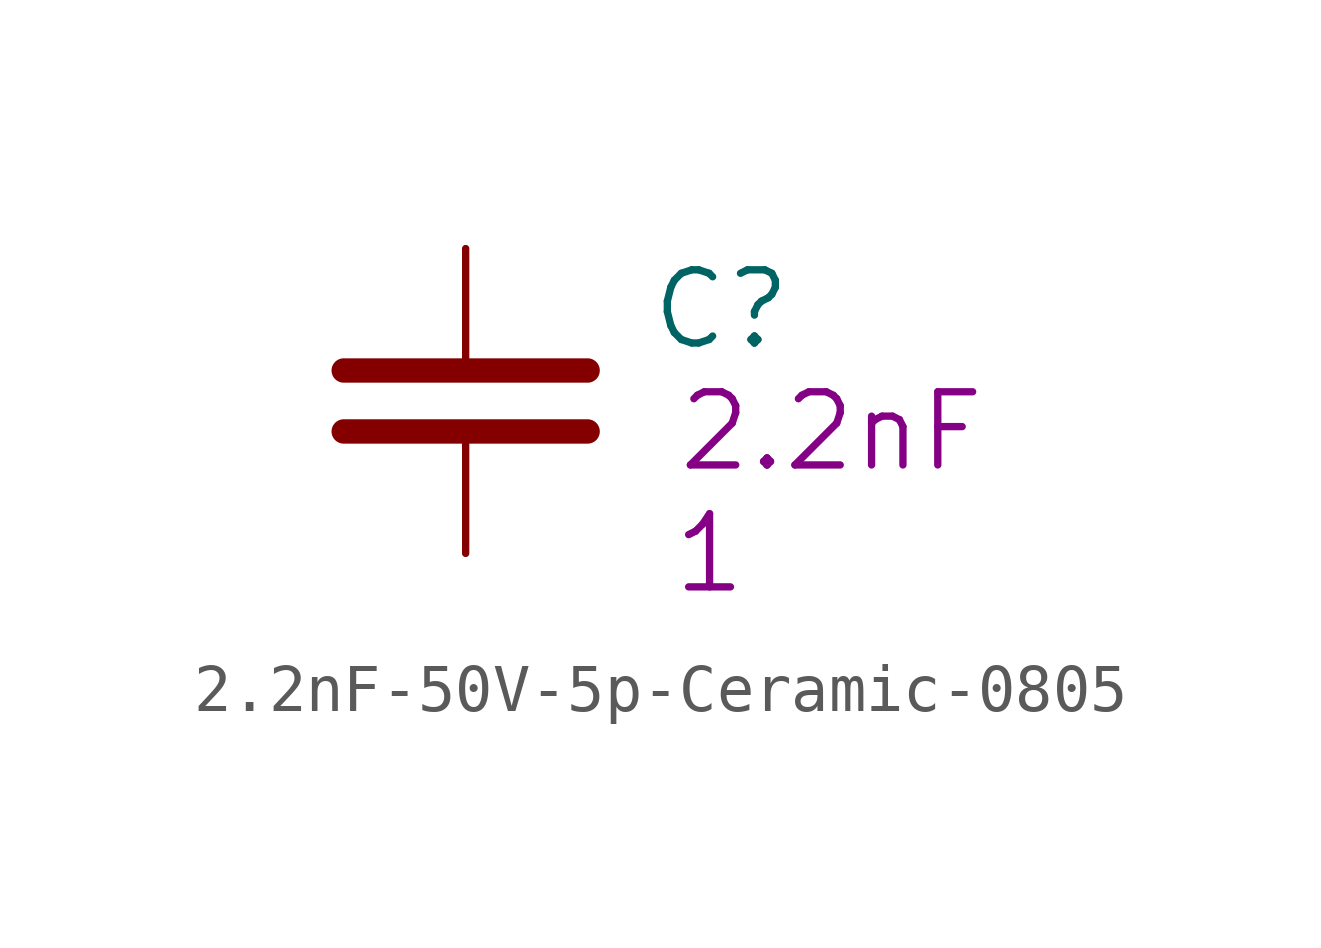
<source format=kicad_sym>
(kicad_symbol_lib
  (version 20201005)
  (generator kicad_symbol_editor)
  (symbol "2.2nF-50V-5p-Ceramic-0805"
    (pin_numbers hide)
    (pin_names
      (offset 0.254))
    (property "Reference" "C"
      (at 3.81 -1.27 0)
      (effects (font (size 1.524 1.524)) (justify left)))
    (property "Datasheet" ""
      (at 0 0 0)
      (effects (font (size 1.524 1.524))))
    (property "Qty" "1"
      (at 5.08 -6.35 0)
      (effects (font (size 1.524 1.524))))
    (property "Desc1" "2.2nF"
      (at 7.62 -3.81 0)
      (effects (font (size 1.524 1.524))))
    (symbol "2.2nF-50V-5p-Ceramic-0805_0_1"
      (polyline (pts (xy -2.54 -3.81) (xy 2.54 -3.81)) (stroke (width 0.508)) (fill (type none)))
      (polyline (pts (xy -2.54 -2.54) (xy 2.54 -2.54)) (stroke (width 0.508)) (fill (type none))))
    (symbol "2.2nF-50V-5p-Ceramic-0805_1_1"
      (pin passive line (at 0 0 270) (length 2.286) (name "~" (effects (font (size 1.016 1.016)))) (number "1" (effects (font (size 1.016 1.016)))))
      (pin passive line (at 0 -6.35 90) (length 2.286) (name "~" (effects (font (size 1.016 1.016)))) (number "2" (effects (font (size 1.016 1.016))))))))
</source>
